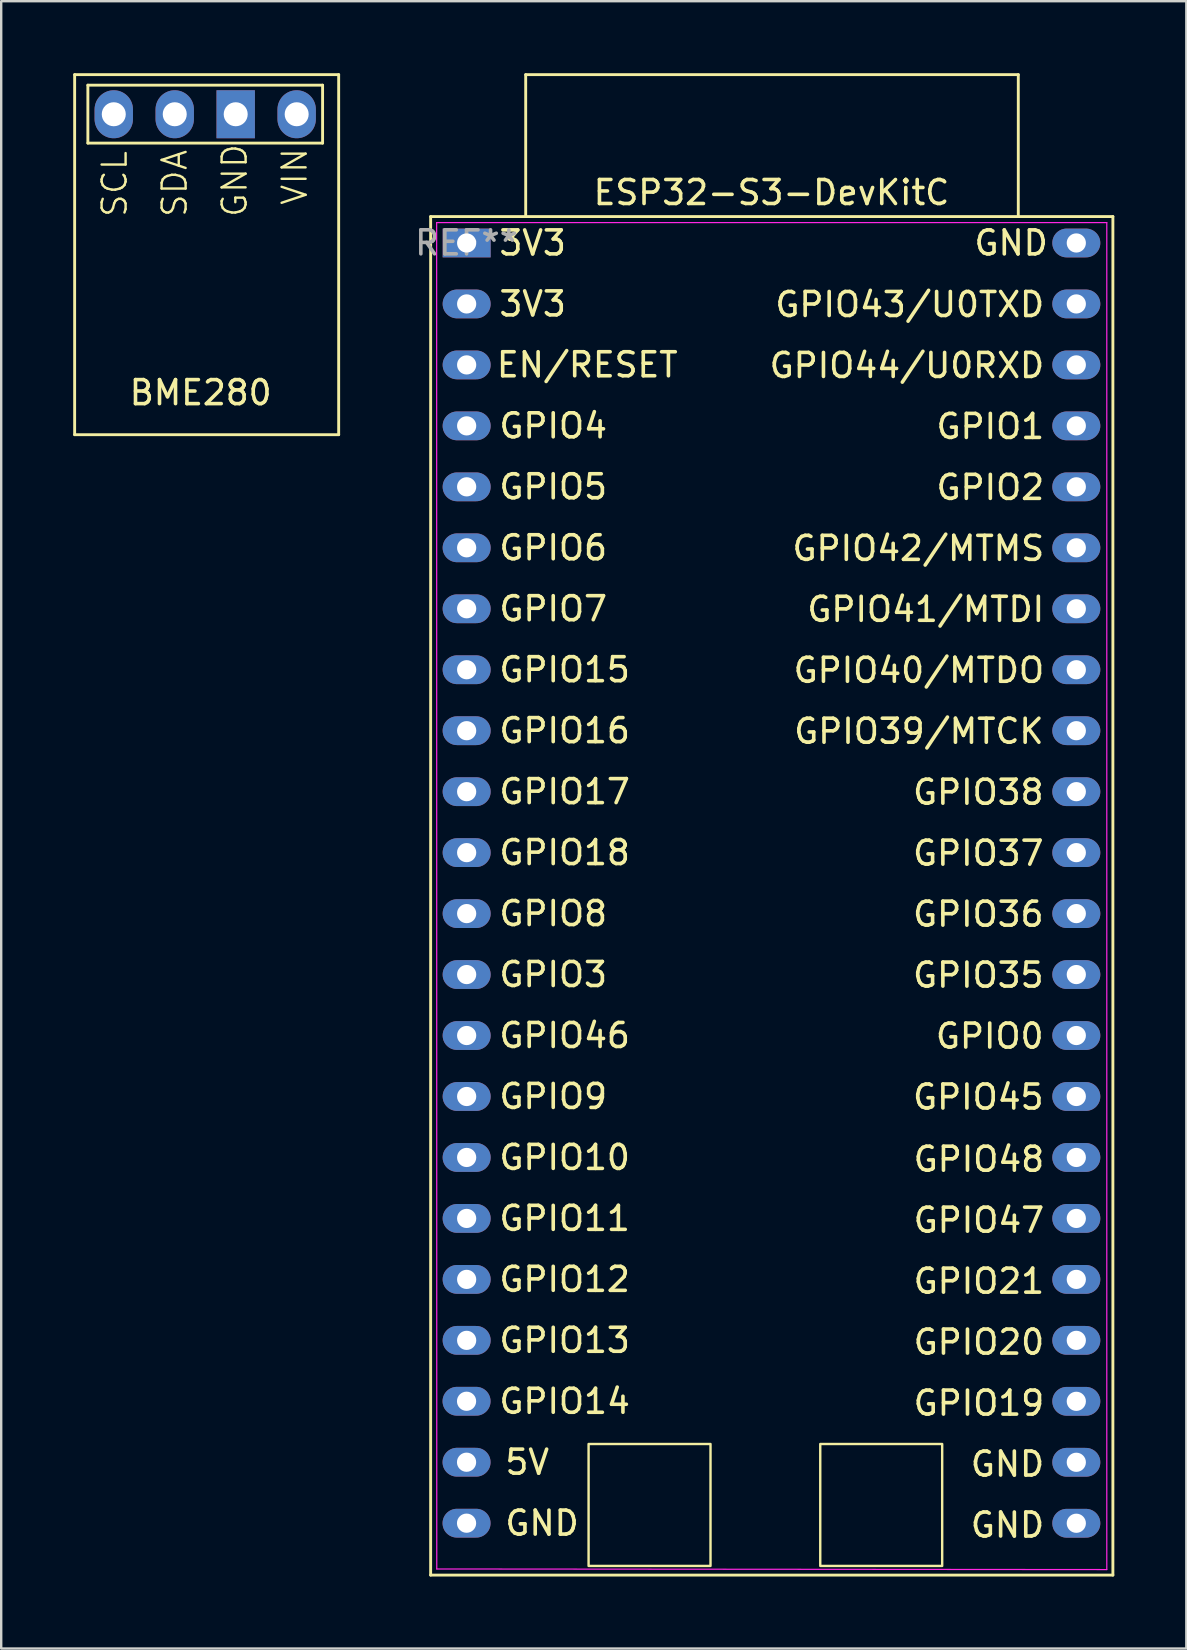
<source format=kicad_pcb>
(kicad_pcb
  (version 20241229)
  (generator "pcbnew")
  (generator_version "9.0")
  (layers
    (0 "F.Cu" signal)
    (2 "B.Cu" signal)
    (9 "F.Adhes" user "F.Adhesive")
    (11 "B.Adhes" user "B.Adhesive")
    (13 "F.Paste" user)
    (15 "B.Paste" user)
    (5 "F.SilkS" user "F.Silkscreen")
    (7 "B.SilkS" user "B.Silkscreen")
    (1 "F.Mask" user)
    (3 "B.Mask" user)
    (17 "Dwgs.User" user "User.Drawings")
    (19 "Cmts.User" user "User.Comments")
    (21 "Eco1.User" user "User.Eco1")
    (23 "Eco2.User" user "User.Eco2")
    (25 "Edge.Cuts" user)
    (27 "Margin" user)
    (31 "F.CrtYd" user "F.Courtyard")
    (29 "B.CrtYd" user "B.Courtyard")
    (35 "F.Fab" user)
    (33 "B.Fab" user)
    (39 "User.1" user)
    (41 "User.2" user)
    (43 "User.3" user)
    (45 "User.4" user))
  (footprint "BME280"
    (layer "F.Cu")
    (at 5.31 12.31)
    (property "Reference" "BME280" (at 0 1 0) (layer "F.SilkS") (effects (font (size 1 1) (thickness 0.15))))
    (attr through_hole)
    (fp_line (start -5.25 -12.25) (end -5.25 2.75) (stroke (width 0.12) (type solid)) (layer "F.SilkS"))
    (fp_line (start -5.25 -12.25) (end 5.75 -12.25) (stroke (width 0.12) (type solid)) (layer "F.SilkS"))
    (fp_line (start -5.25 2.75) (end 5.75 2.75) (stroke (width 0.12) (type solid)) (layer "F.SilkS"))
    (fp_line (start -4.699 -11.811) (end -4.699 -9.398) (stroke (width 0.12) (type solid)) (layer "F.SilkS"))
    (fp_line (start -4.699 -11.811) (end 5.08 -11.811) (stroke (width 0.12) (type solid)) (layer "F.SilkS"))
    (fp_line (start 5.08 -11.811) (end 5.08 -9.398) (stroke (width 0.12) (type solid)) (layer "F.SilkS"))
    (fp_line (start 5.08 -9.398) (end -4.699 -9.398) (stroke (width 0.12) (type solid)) (layer "F.SilkS"))
    (fp_line (start 5.75 -12.25) (end 5.75 2.75) (stroke (width 0.12) (type solid)) (layer "F.SilkS"))
    (fp_text user "VIN" (at 4.5 -6.75 90) (unlocked yes) (layer "F.SilkS") (effects (font (size 1 1) (thickness 0.1)) (justify left bottom)))
    (fp_text user "SDA" (at -0.5 -6.25 90) (unlocked yes) (layer "F.SilkS") (effects (font (size 1 1) (thickness 0.1)) (justify left bottom)))
    (fp_text user "SCL" (at -3 -6.25 90) (unlocked yes) (layer "F.SilkS") (effects (font (size 1 1) (thickness 0.1)) (justify left bottom)))
    (fp_text user "GND" (at 2 -6.25 90) (unlocked yes) (layer "F.SilkS") (effects (font (size 1 1) (thickness 0.1)) (justify left bottom)))
    (pad "1" thru_hole oval (at -3.62 -10.6 90) (size 2 1.6) (drill 1) (layers "*.Cu" "*.Mask"))
    (pad "2" thru_hole oval (at -1.08 -10.6 90) (size 2 1.6) (drill 1) (layers "*.Cu" "*.Mask"))
    (pad "3" thru_hole rect (at 1.46 -10.6 90) (size 2 1.6) (drill 1) (layers "*.Cu" "*.Mask"))
    (pad "4" thru_hole oval (at 4 -10.6 90) (size 2 1.6) (drill 1) (layers "*.Cu" "*.Mask")))
  (footprint "ESP32-S3-DevKitC"
    (layer "F.Cu")
    (at 16.392 7.073)
    (property "Reference" "ESP32-S3-DevKitC" (at 12.7 -2.1 0) (layer "F.SilkS") (effects (font (size 1 1) (thickness 0.15))))
    (attr through_hole)
    (fp_line (start -1.5 55.5) (end 26.924 55.5) (stroke (width 0.12) (type solid)) (layer "F.SilkS"))
    (fp_line (start -1.5 -1.1) (end -1.5 55.5) (stroke (width 0.12) (type solid)) (layer "F.SilkS"))
    (fp_line (start 2.46 -7.013) (end 22.983 -7.013) (stroke (width 0.12) (type solid)) (layer "F.SilkS"))
    (fp_line (start 2.46 -1.12) (end 2.46 -7.013) (stroke (width 0.12) (type solid)) (layer "F.SilkS"))
    (fp_line (start 22.983 -7.013) (end 22.983 -1.12) (stroke (width 0.12) (type solid)) (layer "F.SilkS"))
    (fp_line (start 26.924 -1.1) (end -1.5 -1.1) (stroke (width 0.12) (type solid)) (layer "F.SilkS"))
    (fp_line (start 26.924 55.5) (end 26.924 -1.1) (stroke (width 0.12) (type solid)) (layer "F.SilkS"))
    (fp_rect (start 5.08 50.038) (end 10.16 55.118) (stroke (width 0.1) (type default)) (fill no) (layer "F.SilkS"))
    (fp_rect (start 14.732 50.038) (end 19.812 55.118) (stroke (width 0.1) (type default)) (fill no) (layer "F.SilkS"))
    (fp_line (start -1.25 -0.85) (end 26.67 -0.85) (stroke (width 0.05) (type solid)) (layer "F.CrtYd"))
    (fp_line (start -1.245 55.245) (end -1.25 -0.85) (stroke (width 0.05) (type solid)) (layer "F.CrtYd"))
    (fp_line (start 26.67 -0.85) (end 26.67 55.27) (stroke (width 0.05) (type solid)) (layer "F.CrtYd"))
    (fp_line (start 26.67 55.27) (end -1.245 55.245) (stroke (width 0.05) (type solid)) (layer "F.CrtYd"))
    (fp_text user "5V" (at 1.52 50.797 0) (unlocked yes) (layer "F.SilkS") (effects (font (size 1 1) (thickness 0.15)) (justify left)))
    (fp_text user "GPIO43/U0TXD" (at 24.155 2.565 0) (unlocked yes) (layer "F.SilkS") (effects (font (size 1 1) (thickness 0.15)) (justify right)))
    (fp_text user "GPIO40/MTDO" (at 24.155 17.805 0) (unlocked yes) (layer "F.SilkS") (effects (font (size 1 1) (thickness 0.15)) (justify right)))
    (fp_text user "GPIO18" (at 1.27 25.4 0) (unlocked yes) (layer "F.SilkS") (effects (font (size 1 1) (thickness 0.15)) (justify left)))
    (fp_text user "GPIO8" (at 1.27 27.94 0) (unlocked yes) (layer "F.SilkS") (effects (font (size 1 1) (thickness 0.15)) (justify left)))
    (fp_text user "GPIO3" (at 1.27 30.48 0) (unlocked yes) (layer "F.SilkS") (effects (font (size 1 1) (thickness 0.15)) (justify left)))
    (fp_text user "GPIO14" (at 1.27 48.26 0) (unlocked yes) (layer "F.SilkS") (effects (font (size 1 1) (thickness 0.15)) (justify left)))
    (fp_text user "GPIO0" (at 24.13 33.045 0) (unlocked yes) (layer "F.SilkS") (effects (font (size 1 1) (thickness 0.15)) (justify right)))
    (fp_text user "GND" (at 24.155 53.416 0) (unlocked yes) (layer "F.SilkS") (effects (font (size 1 1) (thickness 0.15)) (justify right)))
    (fp_text user "3V3" (at 1.27 2.54 0) (unlocked yes) (layer "F.SilkS") (effects (font (size 1 1) (thickness 0.15)) (justify left)))
    (fp_text user "GPIO7" (at 1.27 15.24 0) (unlocked yes) (layer "F.SilkS") (effects (font (size 1 1) (thickness 0.15)) (justify left)))
    (fp_text user "GPIO35" (at 24.13 30.505 0) (unlocked yes) (layer "F.SilkS") (effects (font (size 1 1) (thickness 0.15)) (justify right)))
    (fp_text user "GPIO16" (at 1.27 20.32 0) (unlocked yes) (layer "F.SilkS") (effects (font (size 1 1) (thickness 0.15)) (justify left)))
    (fp_text user "GND" (at 1.52 53.337 0) (unlocked yes) (layer "F.SilkS") (effects (font (size 1 1) (thickness 0.15)) (justify left)))
    (fp_text user "GPIO1" (at 24.155 7.645 0) (unlocked yes) (layer "F.SilkS") (effects (font (size 1 1) (thickness 0.15)) (justify right)))
    (fp_text user "GPIO45" (at 24.13 35.585 0) (unlocked yes) (layer "F.SilkS") (effects (font (size 1 1) (thickness 0.15)) (justify right)))
    (fp_text user "GPIO4" (at 1.27 7.62 0) (unlocked yes) (layer "F.SilkS") (effects (font (size 1 1) (thickness 0.15)) (justify left)))
    (fp_text user "GPIO36" (at 24.13 27.965 0) (unlocked yes) (layer "F.SilkS") (effects (font (size 1 1) (thickness 0.15)) (justify right)))
    (fp_text user "GPIO42/MTMS" (at 24.155 12.725 0) (unlocked yes) (layer "F.SilkS") (effects (font (size 1 1) (thickness 0.15)) (justify right)))
    (fp_text user "GPIO21" (at 24.155 43.256 0) (unlocked yes) (layer "F.SilkS") (effects (font (size 1 1) (thickness 0.15)) (justify right)))
    (fp_text user "GPIO2" (at 24.155 10.185 0) (unlocked yes) (layer "F.SilkS") (effects (font (size 1 1) (thickness 0.15)) (justify right)))
    (fp_text user "3V3" (at 1.27 0 0) (unlocked yes) (layer "F.SilkS") (effects (font (size 1 1) (thickness 0.15)) (justify left)))
    (fp_text user "GPIO20" (at 24.155 45.796 0) (unlocked yes) (layer "F.SilkS") (effects (font (size 1 1) (thickness 0.15)) (justify right)))
    (fp_text user "GPIO19" (at 24.155 48.336 0) (unlocked yes) (layer "F.SilkS") (effects (font (size 1 1) (thickness 0.15)) (justify right)))
    (fp_text user "GPIO15" (at 1.27 17.78 0) (unlocked yes) (layer "F.SilkS") (effects (font (size 1 1) (thickness 0.15)) (justify left)))
    (fp_text user "GPIO44/U0RXD" (at 24.155 5.105 0) (unlocked yes) (layer "F.SilkS") (effects (font (size 1 1) (thickness 0.15)) (justify right)))
    (fp_text user "GPIO37" (at 24.13 25.425 0) (unlocked yes) (layer "F.SilkS") (effects (font (size 1 1) (thickness 0.15)) (justify right)))
    (fp_text user "GPIO11" (at 1.27 40.64 0) (unlocked yes) (layer "F.SilkS") (effects (font (size 1 1) (thickness 0.15)) (justify left)))
    (fp_text user "GPIO5" (at 1.27 10.16 0) (unlocked yes) (layer "F.SilkS") (effects (font (size 1 1) (thickness 0.15)) (justify left)))
    (fp_text user "GPIO17" (at 1.27 22.86 0) (unlocked yes) (layer "F.SilkS") (effects (font (size 1 1) (thickness 0.15)) (justify left)))
    (fp_text user "GPIO47" (at 24.155 40.716 0) (unlocked yes) (layer "F.SilkS") (effects (font (size 1 1) (thickness 0.15)) (justify right)))
    (fp_text user "GPIO39/MTCK" (at 24.13 20.345 0) (unlocked yes) (layer "F.SilkS") (effects (font (size 1 1) (thickness 0.15)) (justify right)))
    (fp_text user "GPIO12" (at 1.27 43.18 0) (unlocked yes) (layer "F.SilkS") (effects (font (size 1 1) (thickness 0.15)) (justify left)))
    (fp_text user "GPIO48" (at 24.155 38.176 0) (unlocked yes) (layer "F.SilkS") (effects (font (size 1 1) (thickness 0.15)) (justify right)))
    (fp_text user "EN/RESET" (at 8.886 5.077 0) (unlocked yes) (layer "F.SilkS") (effects (font (size 1 1) (thickness 0.15)) (justify right)))
    (fp_text user "GPIO9" (at 1.27 35.56 0) (unlocked yes) (layer "F.SilkS") (effects (font (size 1 1) (thickness 0.15)) (justify left)))
    (fp_text user "GND" (at 24.155 50.876 0) (unlocked yes) (layer "F.SilkS") (effects (font (size 1 1) (thickness 0.15)) (justify right)))
    (fp_text user "GND" (at 24.308 0 0) (unlocked yes) (layer "F.SilkS") (effects (font (size 1 1) (thickness 0.15)) (justify right)))
    (fp_text user "GPIO38" (at 24.13 22.885 0) (unlocked yes) (layer "F.SilkS") (effects (font (size 1 1) (thickness 0.15)) (justify right)))
    (fp_text user "GPIO46" (at 1.27 33.02 0) (unlocked yes) (layer "F.SilkS") (effects (font (size 1 1) (thickness 0.15)) (justify left)))
    (fp_text user "GPIO10" (at 1.27 38.1 0) (unlocked yes) (layer "F.SilkS") (effects (font (size 1 1) (thickness 0.15)) (justify left)))
    (fp_text user "GPIO41/MTDI" (at 24.155 15.265 0) (unlocked yes) (layer "F.SilkS") (effects (font (size 1 1) (thickness 0.15)) (justify right)))
    (fp_text user "GPIO6" (at 1.27 12.7 0) (unlocked yes) (layer "F.SilkS") (effects (font (size 1 1) (thickness 0.15)) (justify left)))
    (fp_text user "GPIO13" (at 1.27 45.72 0) (unlocked yes) (layer "F.SilkS") (effects (font (size 1 1) (thickness 0.15)) (justify left)))
    (fp_text user "REF**" (at -0.004 -0.003 0) (layer "F.Fab") (effects (font (size 1 1) (thickness 0.15))))
    (pad "1" thru_hole rect (at 0 0 270) (size 1.2 2) (drill 0.8) (layers "*.Cu" "*.Mask"))
    (pad "2" thru_hole oval (at 0 2.54 270) (size 1.2 2) (drill 0.8) (layers "*.Cu" "*.Mask"))
    (pad "3" thru_hole oval (at 0 5.08 270) (size 1.2 2) (drill 0.8) (layers "*.Cu" "*.Mask"))
    (pad "4" thru_hole oval (at 0 7.62 270) (size 1.2 2) (drill 0.8) (layers "*.Cu" "*.Mask"))
    (pad "5" thru_hole oval (at 0 10.16 270) (size 1.2 2) (drill 0.8) (layers "*.Cu" "*.Mask"))
    (pad "6" thru_hole oval (at 0 12.7 270) (size 1.2 2) (drill 0.8) (layers "*.Cu" "*.Mask"))
    (pad "7" thru_hole oval (at 0 15.24 270) (size 1.2 2) (drill 0.8) (layers "*.Cu" "*.Mask"))
    (pad "8" thru_hole oval (at 0 17.78 270) (size 1.2 2) (drill 0.8) (layers "*.Cu" "*.Mask"))
    (pad "9" thru_hole oval (at 0 20.32 270) (size 1.2 2) (drill 0.8) (layers "*.Cu" "*.Mask"))
    (pad "10" thru_hole oval (at 0 22.86 270) (size 1.2 2) (drill 0.8) (layers "*.Cu" "*.Mask"))
    (pad "11" thru_hole oval (at 0 25.4 270) (size 1.2 2) (drill 0.8) (layers "*.Cu" "*.Mask"))
    (pad "12" thru_hole oval (at 0 27.94 270) (size 1.2 2) (drill 0.8) (layers "*.Cu" "*.Mask"))
    (pad "13" thru_hole oval (at 0 30.48 270) (size 1.2 2) (drill 0.8) (layers "*.Cu" "*.Mask"))
    (pad "14" thru_hole oval (at 0 33.02 270) (size 1.2 2) (drill 0.8) (layers "*.Cu" "*.Mask"))
    (pad "15" thru_hole oval (at 0 35.56 270) (size 1.2 2) (drill 0.8) (layers "*.Cu" "*.Mask"))
    (pad "16" thru_hole oval (at 0 38.1 270) (size 1.2 2) (drill 0.8) (layers "*.Cu" "*.Mask"))
    (pad "17" thru_hole oval (at 0 40.64 270) (size 1.2 2) (drill 0.8) (layers "*.Cu" "*.Mask"))
    (pad "18" thru_hole oval (at 0 43.18 270) (size 1.2 2) (drill 0.8) (layers "*.Cu" "*.Mask"))
    (pad "19" thru_hole oval (at 0 45.72 270) (size 1.2 2) (drill 0.8) (layers "*.Cu" "*.Mask"))
    (pad "20" thru_hole oval (at -0.004 48.257 270) (size 1.2 2) (drill 0.8) (layers "*.Cu" "*.Mask"))
    (pad "21" thru_hole oval (at -0.004 50.797 270) (size 1.2 2) (drill 0.8) (layers "*.Cu" "*.Mask"))
    (pad "22" thru_hole oval (at -0.004 53.337 270) (size 1.2 2) (drill 0.8) (layers "*.Cu" "*.Mask"))
    (pad "23" thru_hole oval (at 25.4 53.34 270) (size 1.2 2) (drill 0.8) (layers "*.Cu" "*.Mask"))
    (pad "24" thru_hole oval (at 25.4 50.8 270) (size 1.2 2) (drill 0.8) (layers "*.Cu" "*.Mask"))
    (pad "25" thru_hole oval (at 25.4 48.26 270) (size 1.2 2) (drill 0.8) (layers "*.Cu" "*.Mask"))
    (pad "26" thru_hole oval (at 25.4 45.72 270) (size 1.2 2) (drill 0.8) (layers "*.Cu" "*.Mask"))
    (pad "27" thru_hole oval (at 25.4 43.18 270) (size 1.2 2) (drill 0.8) (layers "*.Cu" "*.Mask"))
    (pad "28" thru_hole oval (at 25.4 40.64 270) (size 1.2 2) (drill 0.8) (layers "*.Cu" "*.Mask"))
    (pad "29" thru_hole oval (at 25.4 38.1 270) (size 1.2 2) (drill 0.8) (layers "*.Cu" "*.Mask"))
    (pad "30" thru_hole oval (at 25.4 35.56 270) (size 1.2 2) (drill 0.8) (layers "*.Cu" "*.Mask"))
    (pad "31" thru_hole oval (at 25.4 33.02 270) (size 1.2 2) (drill 0.8) (layers "*.Cu" "*.Mask"))
    (pad "32" thru_hole oval (at 25.4 30.48 270) (size 1.2 2) (drill 0.8) (layers "*.Cu" "*.Mask"))
    (pad "33" thru_hole oval (at 25.4 27.94 270) (size 1.2 2) (drill 0.8) (layers "*.Cu" "*.Mask"))
    (pad "34" thru_hole oval (at 25.4 25.4 270) (size 1.2 2) (drill 0.8) (layers "*.Cu" "*.Mask"))
    (pad "35" thru_hole oval (at 25.4 22.86 270) (size 1.2 2) (drill 0.8) (layers "*.Cu" "*.Mask"))
    (pad "36" thru_hole oval (at 25.4 20.32 270) (size 1.2 2) (drill 0.8) (layers "*.Cu" "*.Mask"))
    (pad "37" thru_hole oval (at 25.4 17.78 270) (size 1.2 2) (drill 0.8) (layers "*.Cu" "*.Mask"))
    (pad "38" thru_hole oval (at 25.4 15.24 270) (size 1.2 2) (drill 0.8) (layers "*.Cu" "*.Mask"))
    (pad "39" thru_hole oval (at 25.4 12.7 270) (size 1.2 2) (drill 0.8) (layers "*.Cu" "*.Mask"))
    (pad "40" thru_hole oval (at 25.4 10.16 270) (size 1.2 2) (drill 0.8) (layers "*.Cu" "*.Mask"))
    (pad "41" thru_hole oval (at 25.4 7.62 270) (size 1.2 2) (drill 0.8) (layers "*.Cu" "*.Mask"))
    (pad "42" thru_hole oval (at 25.4 5.08 270) (size 1.2 2) (drill 0.8) (layers "*.Cu" "*.Mask"))
    (pad "43" thru_hole oval (at 25.4 2.54 270) (size 1.2 2) (drill 0.8) (layers "*.Cu" "*.Mask"))
    (pad "44" thru_hole oval (at 25.4 0 270) (size 1.2 2) (drill 0.8) (layers "*.Cu" "*.Mask")))
  (gr_rect
    (start -3 -3)
    (end 46.376 65.633)
    (stroke (width 0.1) (type default))
    (fill no)
    (layer "Edge.Cuts")))
</source>
